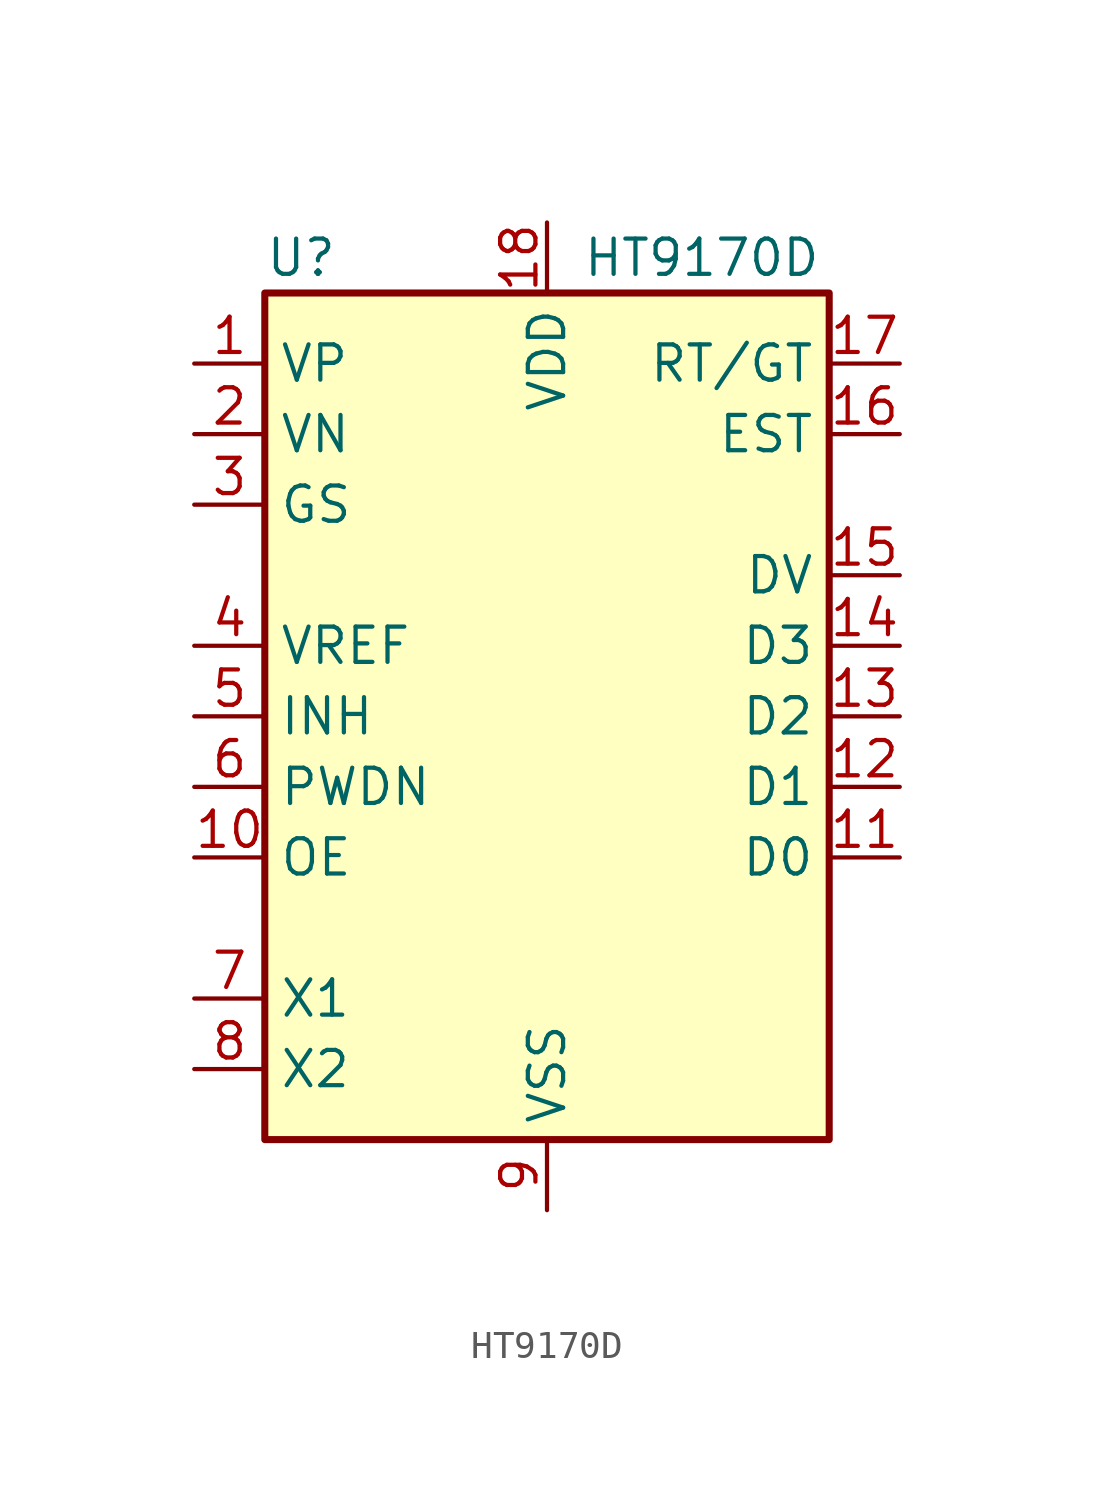
<source format=kicad_sym>
(kicad_symbol_lib
  (version 20220914)
  (generator kicad_symbol_editor)
  (symbol "HT9170D"
    (property "Reference" "U"
      (at -10.16 16.51 0)
      (effects (font (size 1.27 1.27)) (justify left)))
    (property "Value" "HT9170D"
      (at 1.27 16.51 0)
      (effects (font (size 1.27 1.27)) (justify left)))
    (symbol "HT9170D_0_1"
      (rectangle (start -10.16 15.24) (end 10.16 -15.24) (stroke (width 0.254) (type default)) (fill (type background))))
    (symbol "HT9170D_1_1"
      (pin input line (at -12.7 12.7 0) (length 2.54) (name "VP" (effects (font (size 1.27 1.27)))) (number "1" (effects (font (size 1.27 1.27)))))
      (pin input line (at -12.7 -5.08 0) (length 2.54) (name "OE" (effects (font (size 1.27 1.27)))) (number "10" (effects (font (size 1.27 1.27)))))
      (pin tri_state line (at 12.7 -5.08 180) (length 2.54) (name "D0" (effects (font (size 1.27 1.27)))) (number "11" (effects (font (size 1.27 1.27)))))
      (pin tri_state line (at 12.7 -2.54 180) (length 2.54) (name "D1" (effects (font (size 1.27 1.27)))) (number "12" (effects (font (size 1.27 1.27)))))
      (pin tri_state line (at 12.7 0 180) (length 2.54) (name "D2" (effects (font (size 1.27 1.27)))) (number "13" (effects (font (size 1.27 1.27)))))
      (pin tri_state line (at 12.7 2.54 180) (length 2.54) (name "D3" (effects (font (size 1.27 1.27)))) (number "14" (effects (font (size 1.27 1.27)))))
      (pin output line (at 12.7 5.08 180) (length 2.54) (name "DV" (effects (font (size 1.27 1.27)))) (number "15" (effects (font (size 1.27 1.27)))))
      (pin output line (at 12.7 10.16 180) (length 2.54) (name "EST" (effects (font (size 1.27 1.27)))) (number "16" (effects (font (size 1.27 1.27)))))
      (pin bidirectional line (at 12.7 12.7 180) (length 2.54) (name "RT/GT" (effects (font (size 1.27 1.27)))) (number "17" (effects (font (size 1.27 1.27)))))
      (pin power_in line (at 0 17.78 270) (length 2.54) (name "VDD" (effects (font (size 1.27 1.27)))) (number "18" (effects (font (size 1.27 1.27)))))
      (pin input line (at -12.7 10.16 0) (length 2.54) (name "VN" (effects (font (size 1.27 1.27)))) (number "2" (effects (font (size 1.27 1.27)))))
      (pin output line (at -12.7 7.62 0) (length 2.54) (name "GS" (effects (font (size 1.27 1.27)))) (number "3" (effects (font (size 1.27 1.27)))))
      (pin power_out line (at -12.7 2.54 0) (length 2.54) (name "VREF" (effects (font (size 1.27 1.27)))) (number "4" (effects (font (size 1.27 1.27)))))
      (pin input line (at -12.7 0 0) (length 2.54) (name "INH" (effects (font (size 1.27 1.27)))) (number "5" (effects (font (size 1.27 1.27)))))
      (pin input line (at -12.7 -2.54 0) (length 2.54) (name "PWDN" (effects (font (size 1.27 1.27)))) (number "6" (effects (font (size 1.27 1.27)))))
      (pin input line (at -12.7 -10.16 0) (length 2.54) (name "X1" (effects (font (size 1.27 1.27)))) (number "7" (effects (font (size 1.27 1.27)))))
      (pin output line (at -12.7 -12.7 0) (length 2.54) (name "X2" (effects (font (size 1.27 1.27)))) (number "8" (effects (font (size 1.27 1.27)))))
      (pin power_in line (at 0 -17.78 90) (length 2.54) (name "VSS" (effects (font (size 1.27 1.27)))) (number "9" (effects (font (size 1.27 1.27))))))))
</source>
